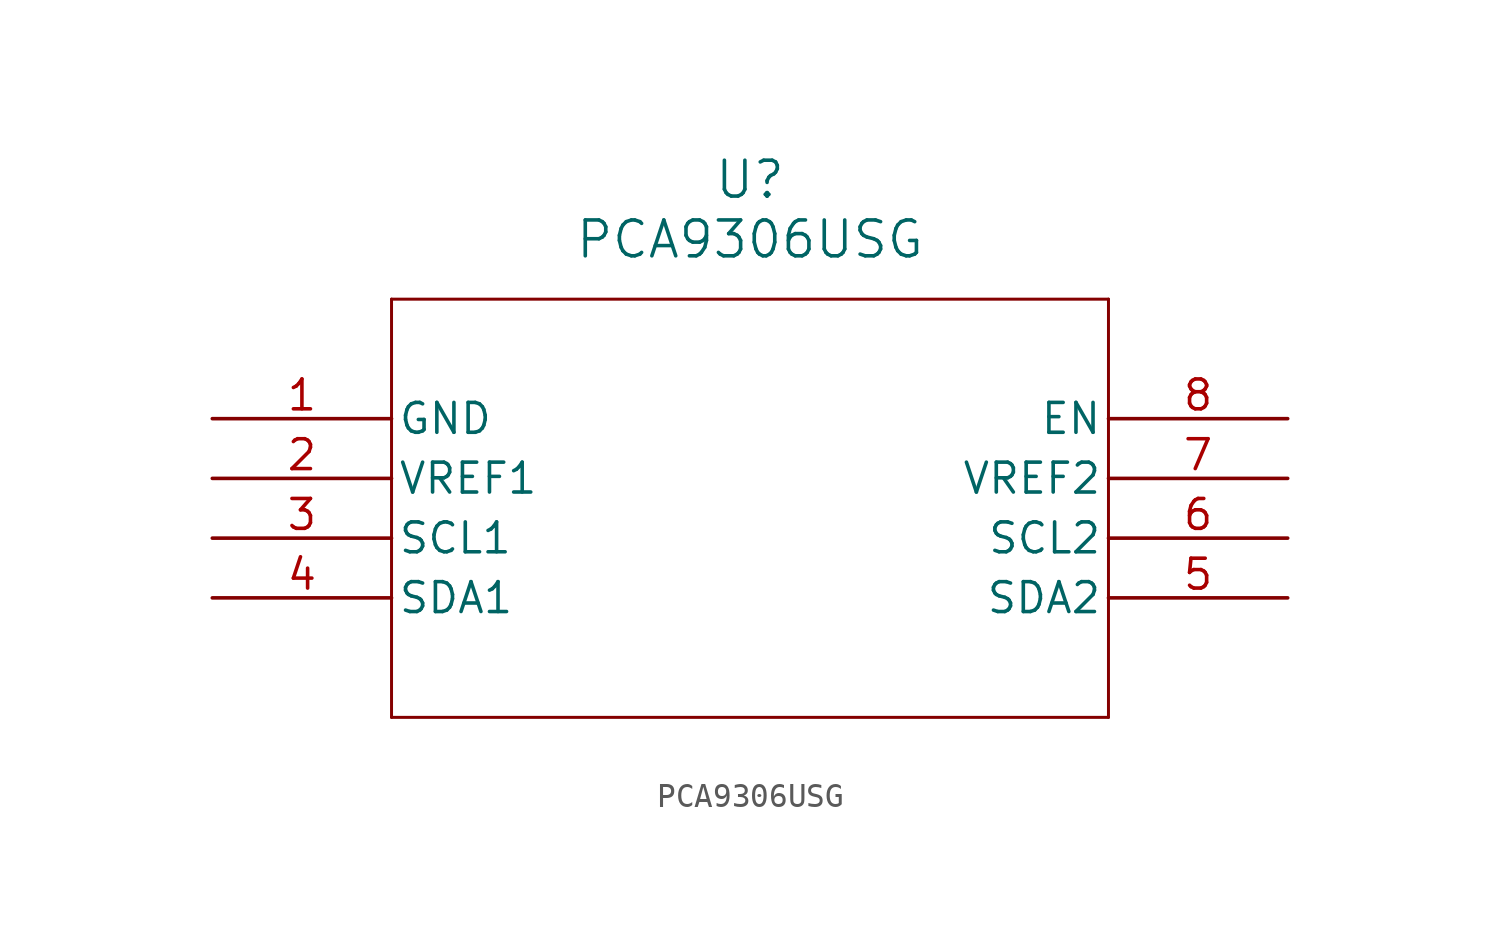
<source format=kicad_sym>
(kicad_symbol_lib
  (version 20211014)
  (generator kicad_symbol_editor)
  (symbol "PCA9306USG"
    (pin_names
      (offset 0.254))
    (property "Reference" "U"
      (at 22.86 10.16 0)
      (effects (font (size 1.524 1.524))))
    (property "Value" "PCA9306USG"
      (at 22.86 7.62 0)
      (effects (font (size 1.524 1.524))))
    (symbol "PCA9306USG_0_1"
      (polyline (pts (xy 7.62 5.08) (xy 7.62 -12.7)) (stroke (width 0.127) (type default) (color 0 0 0 0)) (fill (type none)))
      (polyline (pts (xy 7.62 -12.7) (xy 38.1 -12.7)) (stroke (width 0.127) (type default) (color 0 0 0 0)) (fill (type none)))
      (polyline (pts (xy 38.1 -12.7) (xy 38.1 5.08)) (stroke (width 0.127) (type default) (color 0 0 0 0)) (fill (type none)))
      (polyline (pts (xy 38.1 5.08) (xy 7.62 5.08)) (stroke (width 0.127) (type default) (color 0 0 0 0)) (fill (type none)))
      (pin power_in line (at 0 0 0) (length 7.62) (name "GND" (effects (font (size 1.27 1.27)))) (number "1" (effects (font (size 1.27 1.27)))))
      (pin unspecified line (at 0 -2.54 0) (length 7.62) (name "VREF1" (effects (font (size 1.27 1.27)))) (number "2" (effects (font (size 1.27 1.27)))))
      (pin unspecified line (at 0 -5.08 0) (length 7.62) (name "SCL1" (effects (font (size 1.27 1.27)))) (number "3" (effects (font (size 1.27 1.27)))))
      (pin unspecified line (at 0 -7.62 0) (length 7.62) (name "SDA1" (effects (font (size 1.27 1.27)))) (number "4" (effects (font (size 1.27 1.27)))))
      (pin unspecified line (at 45.72 -7.62 180) (length 7.62) (name "SDA2" (effects (font (size 1.27 1.27)))) (number "5" (effects (font (size 1.27 1.27)))))
      (pin unspecified line (at 45.72 -5.08 180) (length 7.62) (name "SCL2" (effects (font (size 1.27 1.27)))) (number "6" (effects (font (size 1.27 1.27)))))
      (pin unspecified line (at 45.72 -2.54 180) (length 7.62) (name "VREF2" (effects (font (size 1.27 1.27)))) (number "7" (effects (font (size 1.27 1.27)))))
      (pin input line (at 45.72 0 180) (length 7.62) (name "EN" (effects (font (size 1.27 1.27)))) (number "8" (effects (font (size 1.27 1.27))))))))
</source>
